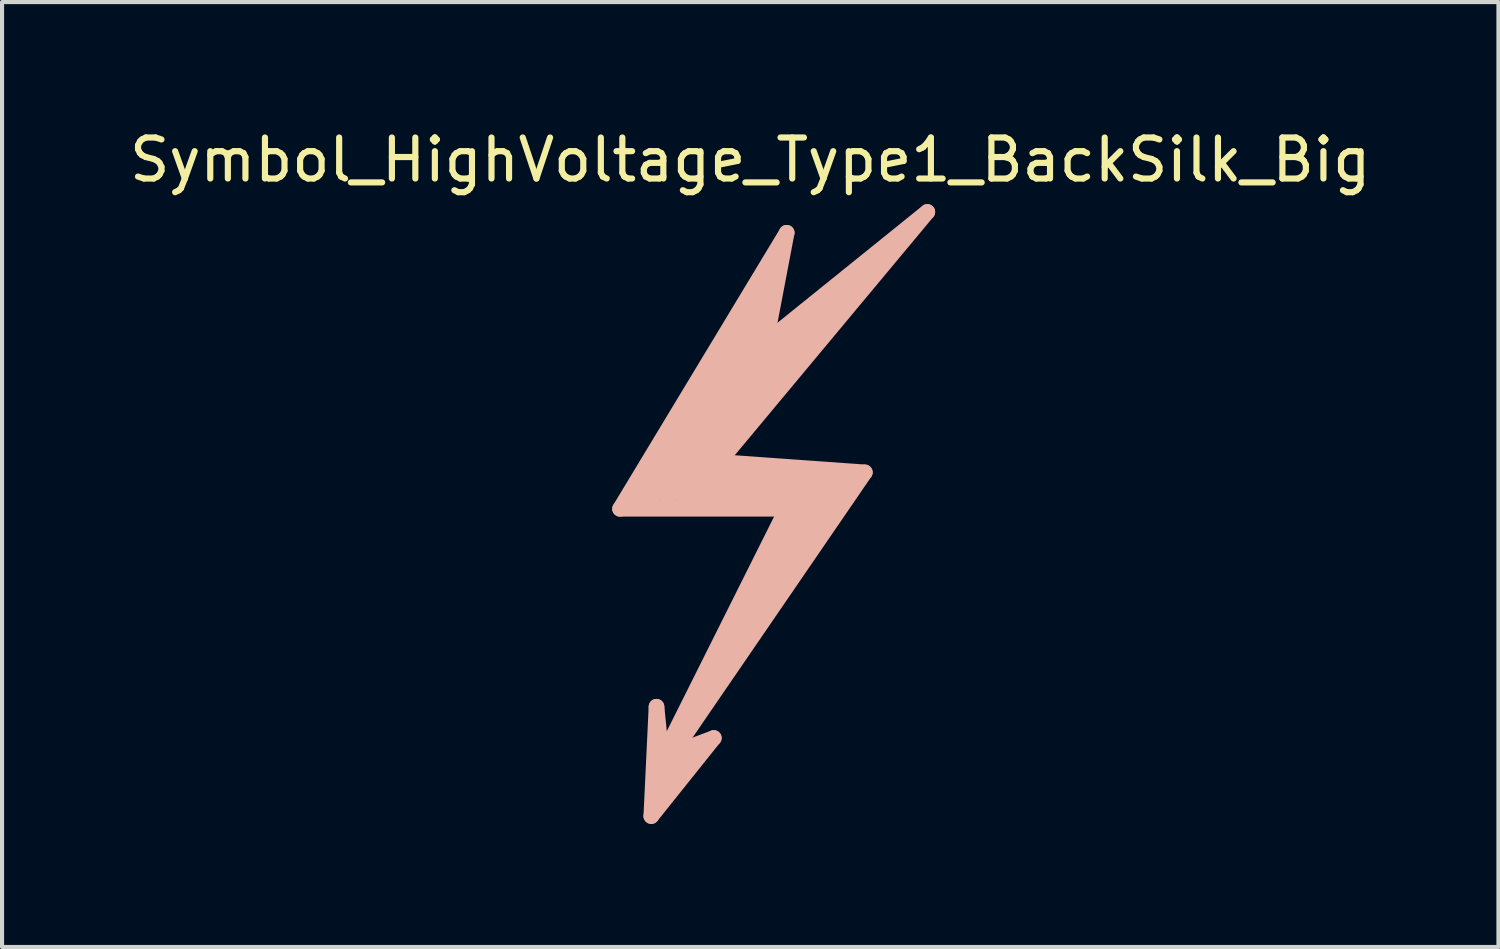
<source format=kicad_pcb>
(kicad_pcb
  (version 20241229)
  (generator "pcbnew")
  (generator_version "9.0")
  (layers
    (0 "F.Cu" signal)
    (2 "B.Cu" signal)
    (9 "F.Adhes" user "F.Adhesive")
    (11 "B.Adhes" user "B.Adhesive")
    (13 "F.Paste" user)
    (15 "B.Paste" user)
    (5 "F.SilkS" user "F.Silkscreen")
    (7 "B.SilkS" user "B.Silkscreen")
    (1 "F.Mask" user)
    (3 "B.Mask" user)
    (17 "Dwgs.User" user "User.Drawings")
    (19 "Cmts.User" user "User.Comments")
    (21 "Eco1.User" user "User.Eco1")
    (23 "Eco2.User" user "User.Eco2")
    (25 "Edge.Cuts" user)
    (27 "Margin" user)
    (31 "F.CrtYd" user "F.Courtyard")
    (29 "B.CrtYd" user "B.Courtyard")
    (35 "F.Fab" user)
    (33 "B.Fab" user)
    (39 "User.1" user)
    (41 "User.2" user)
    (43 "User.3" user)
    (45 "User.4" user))
  (footprint "Symbol_HighVoltage_Type1_BackSilk_Big"
    (layer "F.Cu")
    (at 15.244 8.976)
    (property "Reference" "Symbol_HighVoltage_Type1_BackSilk_Big" (at 0 -8.128 0) (layer "F.SilkS") (effects (font (size 1 1) (thickness 0.15))))
    (attr through_hole)
    (fp_line (start -3.175 0.381) (end 0.889 0.381) (stroke (width 0.381) (type solid)) (layer "B.SilkS"))
    (fp_line (start -2.794 0.254) (end 0.381 -4.318) (stroke (width 0.381) (type solid)) (layer "B.SilkS"))
    (fp_line (start -2.413 0.127) (end 0.254 -3.556) (stroke (width 0.381) (type solid)) (layer "B.SilkS"))
    (fp_line (start -2.413 7.874) (end -0.889 5.969) (stroke (width 0.381) (type solid)) (layer "B.SilkS"))
    (fp_line (start -2.286 5.207) (end -2.413 7.874) (stroke (width 0.381) (type solid)) (layer "B.SilkS"))
    (fp_line (start -2.286 7.239) (end -1.905 6.35) (stroke (width 0.381) (type solid)) (layer "B.SilkS"))
    (fp_line (start -2.159 6.477) (end -2.286 5.207) (stroke (width 0.381) (type solid)) (layer "B.SilkS"))
    (fp_line (start -2.032 0.127) (end 2.667 -5.207) (stroke (width 0.381) (type solid)) (layer "B.SilkS"))
    (fp_line (start -1.905 6.096) (end -1.778 6.223) (stroke (width 0.381) (type solid)) (layer "B.SilkS"))
    (fp_line (start -1.905 6.35) (end -1.778 5.969) (stroke (width 0.381) (type solid)) (layer "B.SilkS"))
    (fp_line (start -1.905 6.35) (end 2.794 -0.508) (stroke (width 0.381) (type solid)) (layer "B.SilkS"))
    (fp_line (start -1.778 5.969) (end -1.905 6.096) (stroke (width 0.381) (type solid)) (layer "B.SilkS"))
    (fp_line (start -1.651 0.254) (end 2.032 0.127) (stroke (width 0.381) (type solid)) (layer "B.SilkS"))
    (fp_line (start -1.524 6.477) (end -2.286 7.239) (stroke (width 0.381) (type solid)) (layer "B.SilkS"))
    (fp_line (start -1.397 5.461) (end 1.397 0.127) (stroke (width 0.381) (type solid)) (layer "B.SilkS"))
    (fp_line (start -1.143 0) (end 1.905 -0.127) (stroke (width 0.381) (type solid)) (layer "B.SilkS"))
    (fp_line (start -1.016 -1.524) (end 1.524 -4.445) (stroke (width 0.381) (type solid)) (layer "B.SilkS"))
    (fp_line (start -1.016 -1.016) (end -0.762 -0.381) (stroke (width 0.381) (type solid)) (layer "B.SilkS"))
    (fp_line (start -1.016 -0.381) (end -1.143 0) (stroke (width 0.381) (type solid)) (layer "B.SilkS"))
    (fp_line (start -0.889 5.969) (end -1.905 6.35) (stroke (width 0.381) (type solid)) (layer "B.SilkS"))
    (fp_line (start -0.762 -0.762) (end 4.318 -6.858) (stroke (width 0.381) (type solid)) (layer "B.SilkS"))
    (fp_line (start 0.254 -3.556) (end -2.032 0.127) (stroke (width 0.381) (type solid)) (layer "B.SilkS"))
    (fp_line (start 0.381 -4.318) (end -2.413 0.127) (stroke (width 0.381) (type solid)) (layer "B.SilkS"))
    (fp_line (start 0.381 -3.683) (end 0.889 -6.35) (stroke (width 0.381) (type solid)) (layer "B.SilkS"))
    (fp_line (start 0.508 -5.588) (end 0.381 -4.953) (stroke (width 0.381) (type solid)) (layer "B.SilkS"))
    (fp_line (start 0.508 -5.08) (end -2.794 0.254) (stroke (width 0.381) (type solid)) (layer "B.SilkS"))
    (fp_line (start 0.889 -6.35) (end -3.175 0.381) (stroke (width 0.381) (type solid)) (layer "B.SilkS"))
    (fp_line (start 0.889 0.381) (end -2.159 6.477) (stroke (width 0.381) (type solid)) (layer "B.SilkS"))
    (fp_line (start 1.397 0.127) (end 2.032 0.127) (stroke (width 0.381) (type solid)) (layer "B.SilkS"))
    (fp_line (start 1.524 -4.445) (end -1.651 0.254) (stroke (width 0.381) (type solid)) (layer "B.SilkS"))
    (fp_line (start 1.905 -0.127) (end -1.397 5.461) (stroke (width 0.381) (type solid)) (layer "B.SilkS"))
    (fp_line (start 2.032 0.127) (end 0.762 2.159) (stroke (width 0.381) (type solid)) (layer "B.SilkS"))
    (fp_line (start 2.032 0.127) (end 2.413 -0.381) (stroke (width 0.381) (type solid)) (layer "B.SilkS"))
    (fp_line (start 2.413 -0.381) (end -1.016 -0.381) (stroke (width 0.381) (type solid)) (layer "B.SilkS"))
    (fp_line (start 2.667 -5.207) (end -1.016 -1.524) (stroke (width 0.381) (type solid)) (layer "B.SilkS"))
    (fp_line (start 2.794 -0.508) (end -0.762 -0.762) (stroke (width 0.381) (type solid)) (layer "B.SilkS"))
    (fp_line (start 3.048 -5.461) (end 0.127 -3.175) (stroke (width 0.381) (type solid)) (layer "B.SilkS"))
    (fp_line (start 4.318 -6.858) (end 0.381 -3.683) (stroke (width 0.381) (type solid)) (layer "B.SilkS")))
  (gr_rect
    (start -3 -3)
    (end 33.488 20.041)
    (stroke (width 0.1) (type default))
    (fill no)
    (layer "Edge.Cuts")))
</source>
